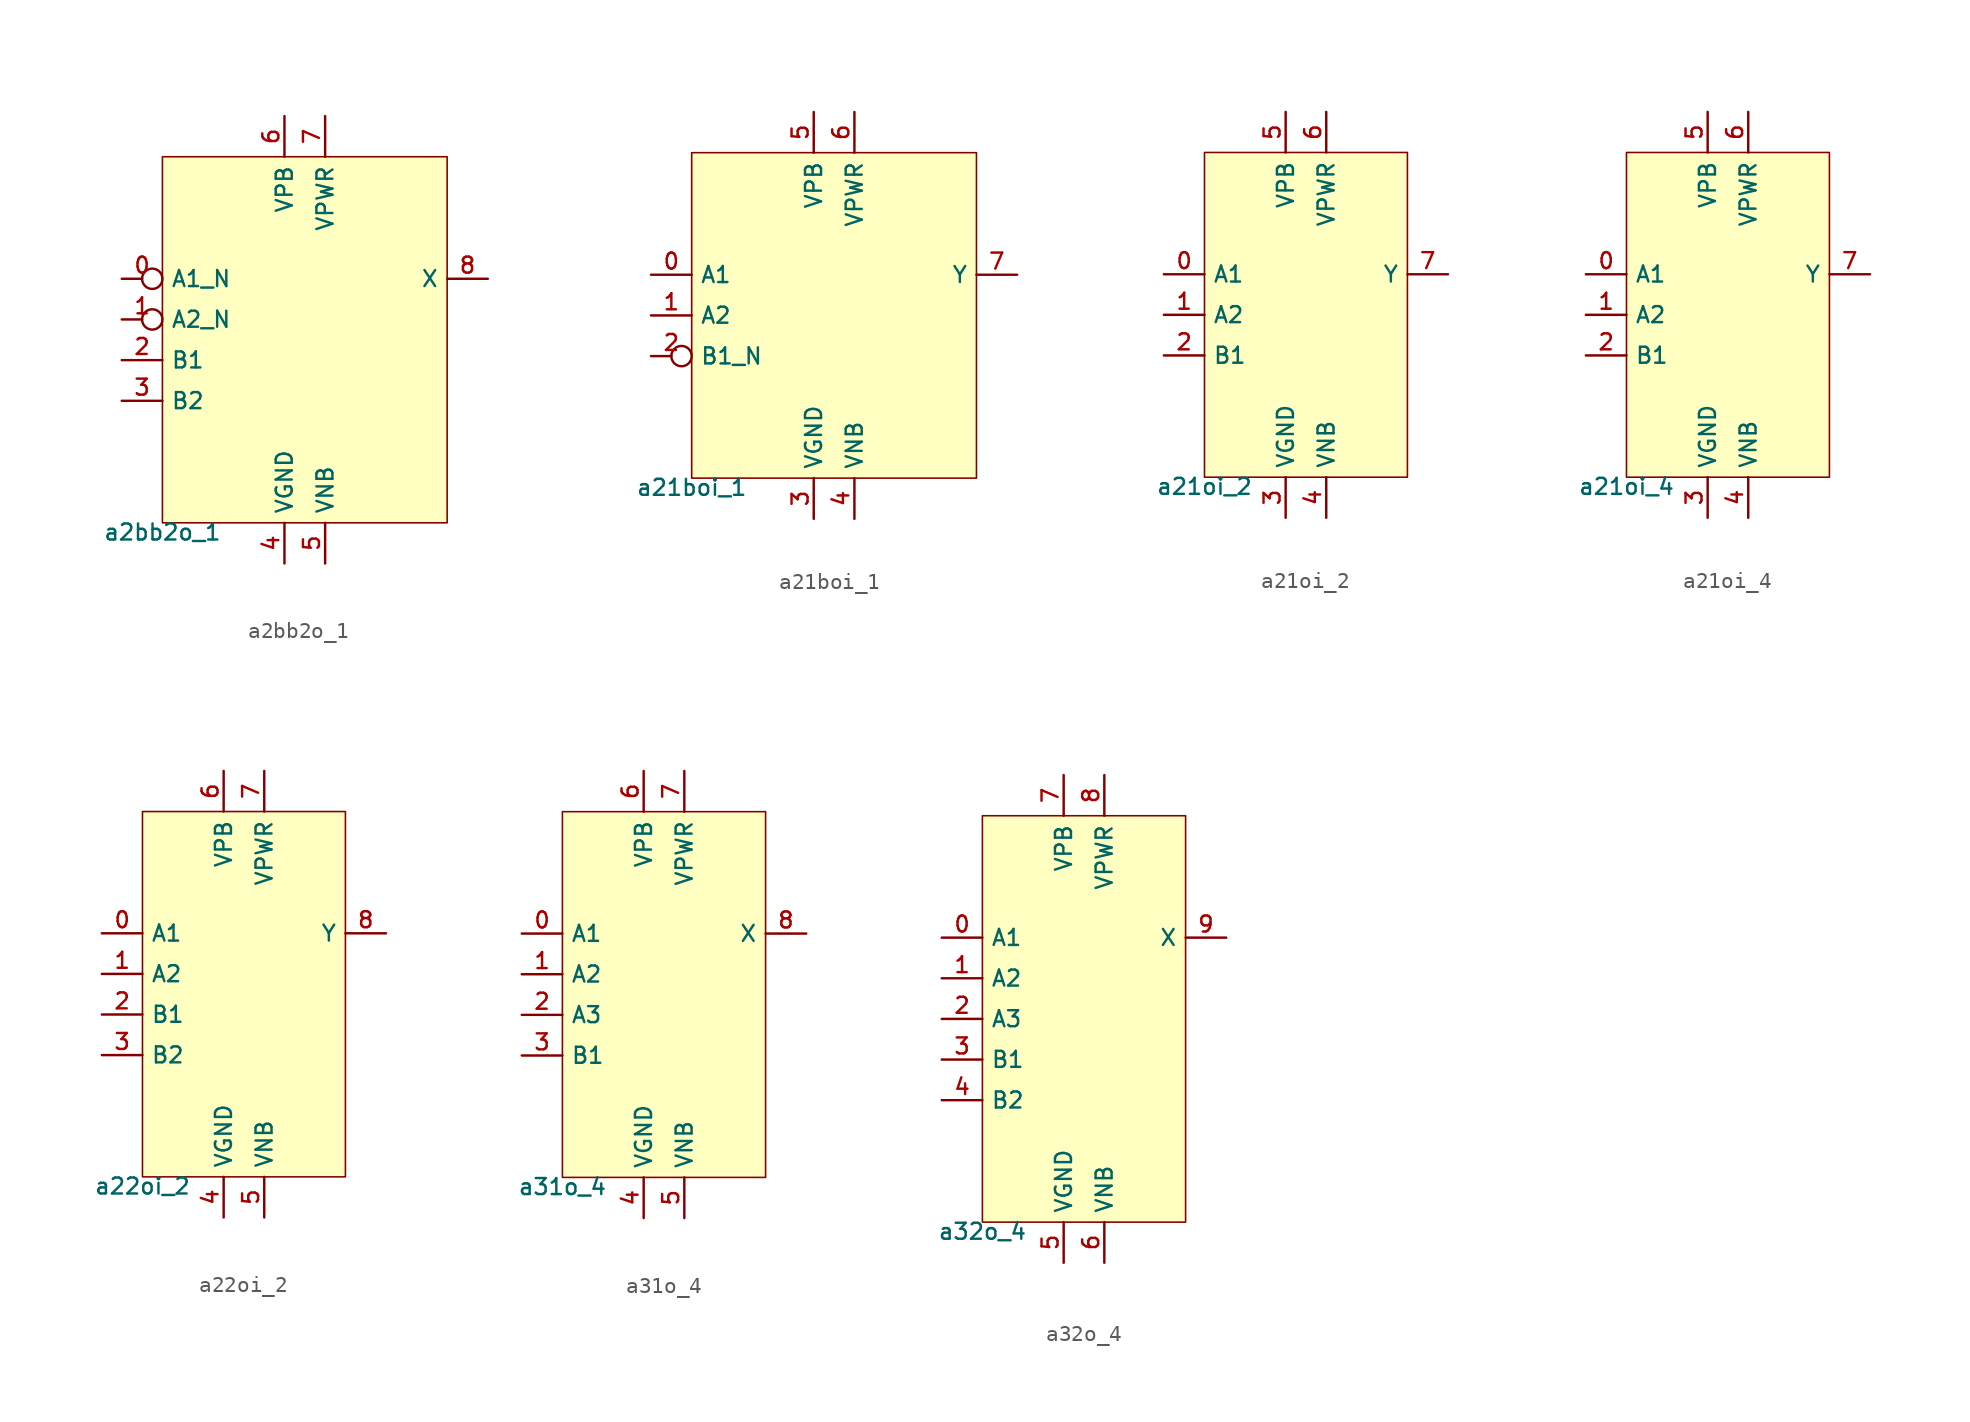
<source format=kicad_sym>
(kicad_symbol_lib
  (version 20211014)
  (generator lef2kicad_sym)
  (symbol "a2bb2o_1"
    (property "Reference" "CELL"
      (at 0 0 0)
      (effects (font (size 1 1)) hide))
    (property "Value" "a2bb2o_1"
      (at -8.89 -11.43 0)
      (effects (font (size 1 1)) (justify top)))
    (rectangle
      (start -8.89 -11.43)
      (end 8.89 11.43)
      (stroke (width 0.1) (type solid) (color 0 0 0 0))
      (fill (type background)))
    (pin input inverted
      (at -11.43 3.81 0)
      (length 2.54)
      (name "A1_N" (effects (font (size 1 1)) hide))
      (number "0" (effects (font (size 1 1)) hide)))
    (pin input inverted
      (at -11.43 1.27 0)
      (length 2.54)
      (name "A2_N" (effects (font (size 1 1)) hide))
      (number "1" (effects (font (size 1 1)) hide)))
    (pin input line
      (at -11.43 -1.27 0)
      (length 2.54)
      (name "B1" (effects (font (size 1 1)) hide))
      (number "2" (effects (font (size 1 1)) hide)))
    (pin input line
      (at -11.43 -3.81 0)
      (length 2.54)
      (name "B2" (effects (font (size 1 1)) hide))
      (number "3" (effects (font (size 1 1)) hide)))
    (pin power_in line
      (at -1.27 -13.97 90)
      (length 2.54)
      (name "VGND" (effects (font (size 1 1)) hide))
      (number "4" (effects (font (size 1 1)) hide)))
    (pin power_in line
      (at 1.27 -13.97 90)
      (length 2.54)
      (name "VNB" (effects (font (size 1 1)) hide))
      (number "5" (effects (font (size 1 1)) hide)))
    (pin power_in line
      (at -1.27 13.97 270)
      (length 2.54)
      (name "VPB" (effects (font (size 1 1)) hide))
      (number "6" (effects (font (size 1 1)) hide)))
    (pin power_in line
      (at 1.27 13.97 270)
      (length 2.54)
      (name "VPWR" (effects (font (size 1 1)) hide))
      (number "7" (effects (font (size 1 1)) hide)))
    (pin output line
      (at 11.43 3.81 180)
      (length 2.54)
      (name "X" (effects (font (size 1 1)) hide))
      (number "8" (effects (font (size 1 1)) hide))))
  (symbol "a21boi_1"
    (property "Reference" "CELL"
      (at 0 0 0)
      (effects (font (size 1 1)) hide))
    (property "Value" "a21boi_1"
      (at -8.89 -10.16 0)
      (effects (font (size 1 1)) (justify top)))
    (rectangle
      (start -8.89 -10.16)
      (end 8.89 10.16)
      (stroke (width 0.1) (type solid) (color 0 0 0 0))
      (fill (type background)))
    (pin input line
      (at -11.43 2.54 0)
      (length 2.54)
      (name "A1" (effects (font (size 1 1)) hide))
      (number "0" (effects (font (size 1 1)) hide)))
    (pin input line
      (at -11.43 0.0 0)
      (length 2.54)
      (name "A2" (effects (font (size 1 1)) hide))
      (number "1" (effects (font (size 1 1)) hide)))
    (pin input inverted
      (at -11.43 -2.54 0)
      (length 2.54)
      (name "B1_N" (effects (font (size 1 1)) hide))
      (number "2" (effects (font (size 1 1)) hide)))
    (pin power_in line
      (at -1.27 -12.7 90)
      (length 2.54)
      (name "VGND" (effects (font (size 1 1)) hide))
      (number "3" (effects (font (size 1 1)) hide)))
    (pin power_in line
      (at 1.27 -12.7 90)
      (length 2.54)
      (name "VNB" (effects (font (size 1 1)) hide))
      (number "4" (effects (font (size 1 1)) hide)))
    (pin power_in line
      (at -1.27 12.7 270)
      (length 2.54)
      (name "VPB" (effects (font (size 1 1)) hide))
      (number "5" (effects (font (size 1 1)) hide)))
    (pin power_in line
      (at 1.27 12.7 270)
      (length 2.54)
      (name "VPWR" (effects (font (size 1 1)) hide))
      (number "6" (effects (font (size 1 1)) hide)))
    (pin output line
      (at 11.43 2.54 180)
      (length 2.54)
      (name "Y" (effects (font (size 1 1)) hide))
      (number "7" (effects (font (size 1 1)) hide))))
  (symbol "a21oi_2"
    (property "Reference" "CELL"
      (at 0 0 0)
      (effects (font (size 1 1)) hide))
    (property "Value" "a21oi_2"
      (at -6.35 -10.16 0)
      (effects (font (size 1 1)) (justify top)))
    (rectangle
      (start -6.35 -10.16)
      (end 6.35 10.16)
      (stroke (width 0.1) (type solid) (color 0 0 0 0))
      (fill (type background)))
    (pin input line
      (at -8.89 2.54 0)
      (length 2.54)
      (name "A1" (effects (font (size 1 1)) hide))
      (number "0" (effects (font (size 1 1)) hide)))
    (pin input line
      (at -8.89 0.0 0)
      (length 2.54)
      (name "A2" (effects (font (size 1 1)) hide))
      (number "1" (effects (font (size 1 1)) hide)))
    (pin input line
      (at -8.89 -2.54 0)
      (length 2.54)
      (name "B1" (effects (font (size 1 1)) hide))
      (number "2" (effects (font (size 1 1)) hide)))
    (pin power_in line
      (at -1.27 -12.7 90)
      (length 2.54)
      (name "VGND" (effects (font (size 1 1)) hide))
      (number "3" (effects (font (size 1 1)) hide)))
    (pin power_in line
      (at 1.27 -12.7 90)
      (length 2.54)
      (name "VNB" (effects (font (size 1 1)) hide))
      (number "4" (effects (font (size 1 1)) hide)))
    (pin power_in line
      (at -1.27 12.7 270)
      (length 2.54)
      (name "VPB" (effects (font (size 1 1)) hide))
      (number "5" (effects (font (size 1 1)) hide)))
    (pin power_in line
      (at 1.27 12.7 270)
      (length 2.54)
      (name "VPWR" (effects (font (size 1 1)) hide))
      (number "6" (effects (font (size 1 1)) hide)))
    (pin output line
      (at 8.89 2.54 180)
      (length 2.54)
      (name "Y" (effects (font (size 1 1)) hide))
      (number "7" (effects (font (size 1 1)) hide))))
  (symbol "a21oi_4"
    (property "Reference" "CELL"
      (at 0 0 0)
      (effects (font (size 1 1)) hide))
    (property "Value" "a21oi_4"
      (at -6.35 -10.16 0)
      (effects (font (size 1 1)) (justify top)))
    (rectangle
      (start -6.35 -10.16)
      (end 6.35 10.16)
      (stroke (width 0.1) (type solid) (color 0 0 0 0))
      (fill (type background)))
    (pin input line
      (at -8.89 2.54 0)
      (length 2.54)
      (name "A1" (effects (font (size 1 1)) hide))
      (number "0" (effects (font (size 1 1)) hide)))
    (pin input line
      (at -8.89 0.0 0)
      (length 2.54)
      (name "A2" (effects (font (size 1 1)) hide))
      (number "1" (effects (font (size 1 1)) hide)))
    (pin input line
      (at -8.89 -2.54 0)
      (length 2.54)
      (name "B1" (effects (font (size 1 1)) hide))
      (number "2" (effects (font (size 1 1)) hide)))
    (pin power_in line
      (at -1.27 -12.7 90)
      (length 2.54)
      (name "VGND" (effects (font (size 1 1)) hide))
      (number "3" (effects (font (size 1 1)) hide)))
    (pin power_in line
      (at 1.27 -12.7 90)
      (length 2.54)
      (name "VNB" (effects (font (size 1 1)) hide))
      (number "4" (effects (font (size 1 1)) hide)))
    (pin power_in line
      (at -1.27 12.7 270)
      (length 2.54)
      (name "VPB" (effects (font (size 1 1)) hide))
      (number "5" (effects (font (size 1 1)) hide)))
    (pin power_in line
      (at 1.27 12.7 270)
      (length 2.54)
      (name "VPWR" (effects (font (size 1 1)) hide))
      (number "6" (effects (font (size 1 1)) hide)))
    (pin output line
      (at 8.89 2.54 180)
      (length 2.54)
      (name "Y" (effects (font (size 1 1)) hide))
      (number "7" (effects (font (size 1 1)) hide))))
  (symbol "a22oi_2"
    (property "Reference" "CELL"
      (at 0 0 0)
      (effects (font (size 1 1)) hide))
    (property "Value" "a22oi_2"
      (at -6.35 -11.43 0)
      (effects (font (size 1 1)) (justify top)))
    (rectangle
      (start -6.35 -11.43)
      (end 6.35 11.43)
      (stroke (width 0.1) (type solid) (color 0 0 0 0))
      (fill (type background)))
    (pin input line
      (at -8.89 3.81 0)
      (length 2.54)
      (name "A1" (effects (font (size 1 1)) hide))
      (number "0" (effects (font (size 1 1)) hide)))
    (pin input line
      (at -8.89 1.27 0)
      (length 2.54)
      (name "A2" (effects (font (size 1 1)) hide))
      (number "1" (effects (font (size 1 1)) hide)))
    (pin input line
      (at -8.89 -1.27 0)
      (length 2.54)
      (name "B1" (effects (font (size 1 1)) hide))
      (number "2" (effects (font (size 1 1)) hide)))
    (pin input line
      (at -8.89 -3.81 0)
      (length 2.54)
      (name "B2" (effects (font (size 1 1)) hide))
      (number "3" (effects (font (size 1 1)) hide)))
    (pin power_in line
      (at -1.27 -13.97 90)
      (length 2.54)
      (name "VGND" (effects (font (size 1 1)) hide))
      (number "4" (effects (font (size 1 1)) hide)))
    (pin power_in line
      (at 1.27 -13.97 90)
      (length 2.54)
      (name "VNB" (effects (font (size 1 1)) hide))
      (number "5" (effects (font (size 1 1)) hide)))
    (pin power_in line
      (at -1.27 13.97 270)
      (length 2.54)
      (name "VPB" (effects (font (size 1 1)) hide))
      (number "6" (effects (font (size 1 1)) hide)))
    (pin power_in line
      (at 1.27 13.97 270)
      (length 2.54)
      (name "VPWR" (effects (font (size 1 1)) hide))
      (number "7" (effects (font (size 1 1)) hide)))
    (pin output line
      (at 8.89 3.81 180)
      (length 2.54)
      (name "Y" (effects (font (size 1 1)) hide))
      (number "8" (effects (font (size 1 1)) hide))))
  (symbol "a31o_4"
    (property "Reference" "CELL"
      (at 0 0 0)
      (effects (font (size 1 1)) hide))
    (property "Value" "a31o_4"
      (at -6.35 -11.43 0)
      (effects (font (size 1 1)) (justify top)))
    (rectangle
      (start -6.35 -11.43)
      (end 6.35 11.43)
      (stroke (width 0.1) (type solid) (color 0 0 0 0))
      (fill (type background)))
    (pin input line
      (at -8.89 3.81 0)
      (length 2.54)
      (name "A1" (effects (font (size 1 1)) hide))
      (number "0" (effects (font (size 1 1)) hide)))
    (pin input line
      (at -8.89 1.27 0)
      (length 2.54)
      (name "A2" (effects (font (size 1 1)) hide))
      (number "1" (effects (font (size 1 1)) hide)))
    (pin input line
      (at -8.89 -1.27 0)
      (length 2.54)
      (name "A3" (effects (font (size 1 1)) hide))
      (number "2" (effects (font (size 1 1)) hide)))
    (pin input line
      (at -8.89 -3.81 0)
      (length 2.54)
      (name "B1" (effects (font (size 1 1)) hide))
      (number "3" (effects (font (size 1 1)) hide)))
    (pin power_in line
      (at -1.27 -13.97 90)
      (length 2.54)
      (name "VGND" (effects (font (size 1 1)) hide))
      (number "4" (effects (font (size 1 1)) hide)))
    (pin power_in line
      (at 1.27 -13.97 90)
      (length 2.54)
      (name "VNB" (effects (font (size 1 1)) hide))
      (number "5" (effects (font (size 1 1)) hide)))
    (pin power_in line
      (at -1.27 13.97 270)
      (length 2.54)
      (name "VPB" (effects (font (size 1 1)) hide))
      (number "6" (effects (font (size 1 1)) hide)))
    (pin power_in line
      (at 1.27 13.97 270)
      (length 2.54)
      (name "VPWR" (effects (font (size 1 1)) hide))
      (number "7" (effects (font (size 1 1)) hide)))
    (pin output line
      (at 8.89 3.81 180)
      (length 2.54)
      (name "X" (effects (font (size 1 1)) hide))
      (number "8" (effects (font (size 1 1)) hide))))
  (symbol "a32o_4"
    (property "Reference" "CELL"
      (at 0 0 0)
      (effects (font (size 1 1)) hide))
    (property "Value" "a32o_4"
      (at -6.35 -12.7 0)
      (effects (font (size 1 1)) (justify top)))
    (rectangle
      (start -6.35 -12.7)
      (end 6.35 12.7)
      (stroke (width 0.1) (type solid) (color 0 0 0 0))
      (fill (type background)))
    (pin input line
      (at -8.89 5.08 0)
      (length 2.54)
      (name "A1" (effects (font (size 1 1)) hide))
      (number "0" (effects (font (size 1 1)) hide)))
    (pin input line
      (at -8.89 2.54 0)
      (length 2.54)
      (name "A2" (effects (font (size 1 1)) hide))
      (number "1" (effects (font (size 1 1)) hide)))
    (pin input line
      (at -8.89 -8.881784197001252e-16 0)
      (length 2.54)
      (name "A3" (effects (font (size 1 1)) hide))
      (number "2" (effects (font (size 1 1)) hide)))
    (pin input line
      (at -8.89 -2.54 0)
      (length 2.54)
      (name "B1" (effects (font (size 1 1)) hide))
      (number "3" (effects (font (size 1 1)) hide)))
    (pin input line
      (at -8.89 -5.08 0)
      (length 2.54)
      (name "B2" (effects (font (size 1 1)) hide))
      (number "4" (effects (font (size 1 1)) hide)))
    (pin power_in line
      (at -1.27 -15.24 90)
      (length 2.54)
      (name "VGND" (effects (font (size 1 1)) hide))
      (number "5" (effects (font (size 1 1)) hide)))
    (pin power_in line
      (at 1.27 -15.24 90)
      (length 2.54)
      (name "VNB" (effects (font (size 1 1)) hide))
      (number "6" (effects (font (size 1 1)) hide)))
    (pin power_in line
      (at -1.27 15.24 270)
      (length 2.54)
      (name "VPB" (effects (font (size 1 1)) hide))
      (number "7" (effects (font (size 1 1)) hide)))
    (pin power_in line
      (at 1.27 15.24 270)
      (length 2.54)
      (name "VPWR" (effects (font (size 1 1)) hide))
      (number "8" (effects (font (size 1 1)) hide)))
    (pin output line
      (at 8.89 5.08 180)
      (length 2.54)
      (name "X" (effects (font (size 1 1)) hide))
      (number "9" (effects (font (size 1 1)) hide)))))
</source>
